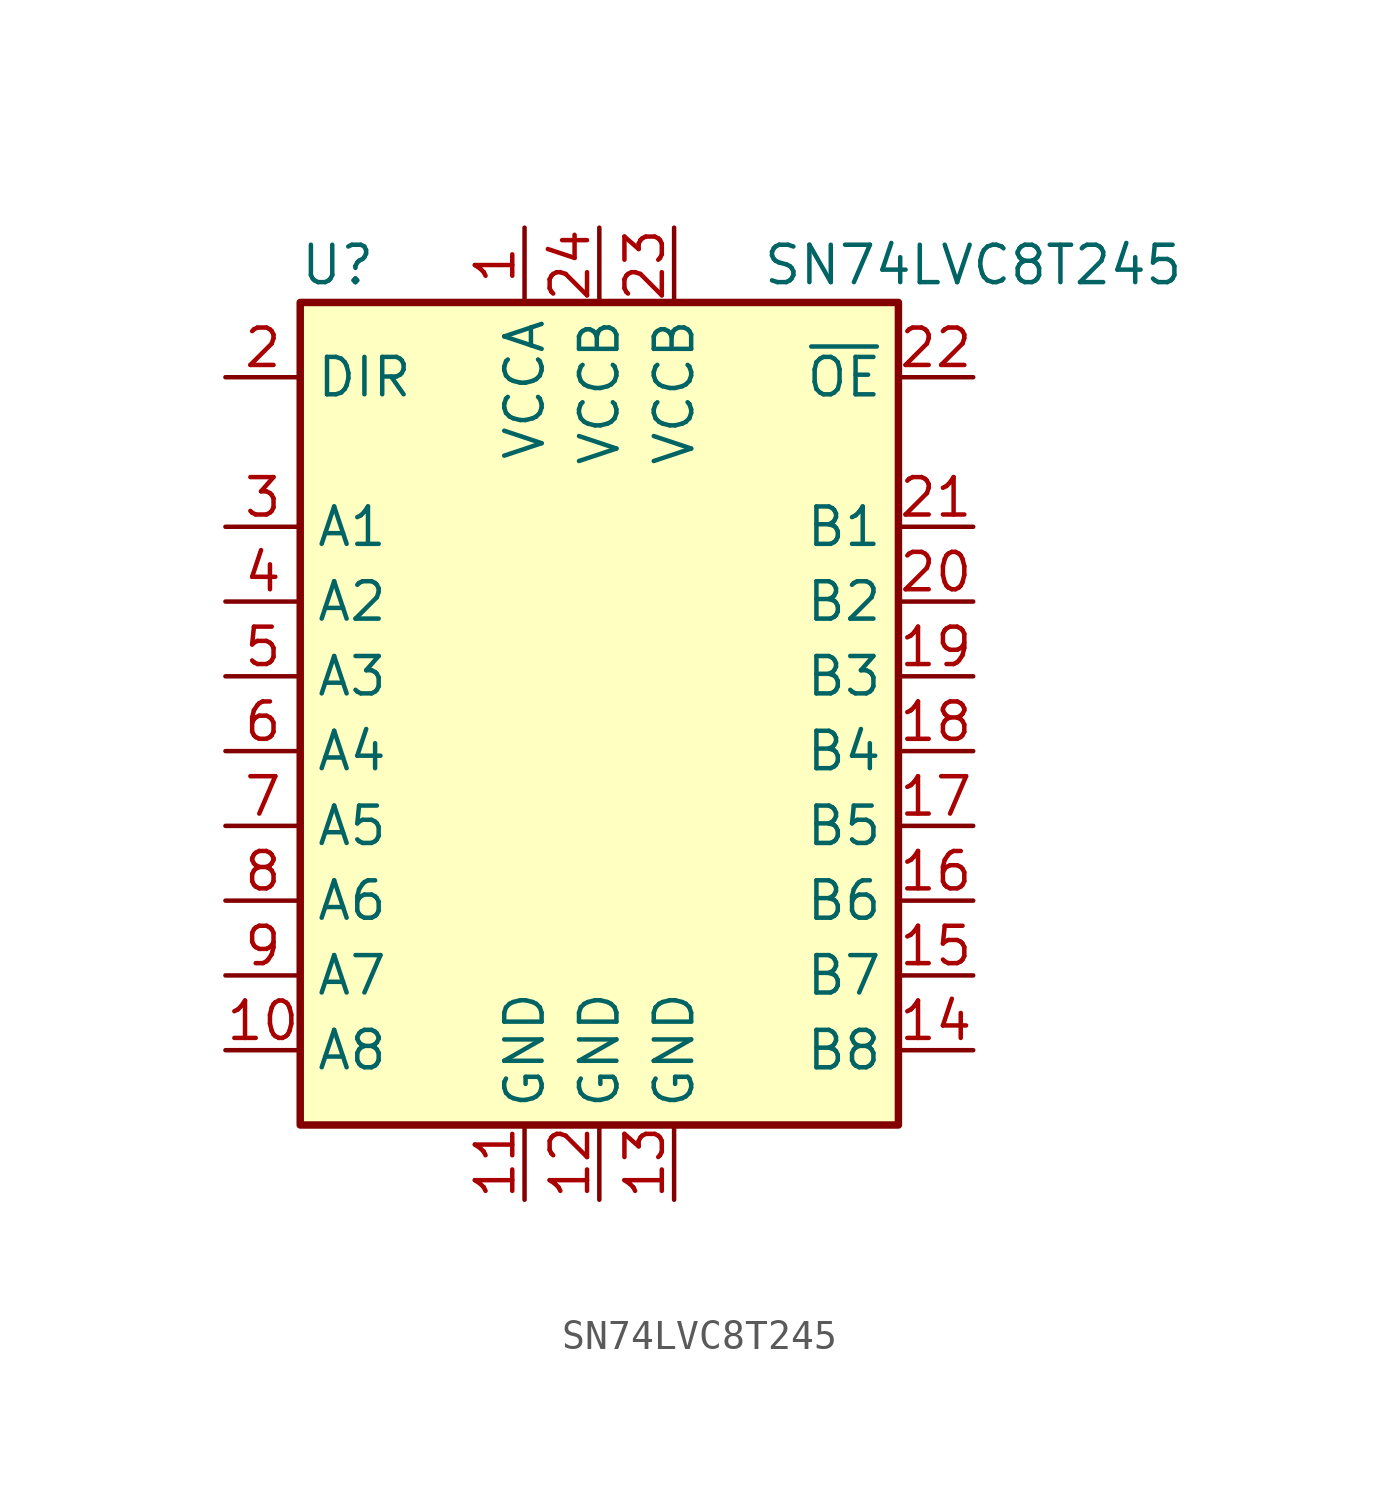
<source format=kicad_sym>
(kicad_symbol_lib
  (version 20211014)
  (generator kicad_symbol_editor)
  (symbol "SN74LVC8T245"
    (property "Reference" "U"
      (at -8.89 13.97 0)
      (effects (font (size 1.27 1.27))))
    (property "Value" "SN74LVC8T245"
      (at 12.7 13.97 0)
      (effects (font (size 1.27 1.27))))
    (symbol "SN74LVC8T245_0_1"
      (rectangle (start -10.16 12.7) (end 10.16 -15.24) (stroke (width 0.254) (type default) (color 0 0 0 0)) (fill (type background))))
    (symbol "SN74LVC8T245_1_1"
      (pin power_in line (at -2.54 15.24 270) (length 2.54) (name "VCCA" (effects (font (size 1.27 1.27)))) (number "1" (effects (font (size 1.27 1.27)))))
      (pin bidirectional line (at -12.7 -12.7 0) (length 2.54) (name "A8" (effects (font (size 1.27 1.27)))) (number "10" (effects (font (size 1.27 1.27)))))
      (pin power_in line (at -2.54 -17.78 90) (length 2.54) (name "GND" (effects (font (size 1.27 1.27)))) (number "11" (effects (font (size 1.27 1.27)))))
      (pin passive line (at 0 -17.78 90) (length 2.54) hide (name "GND" (effects (font (size 1.27 1.27)))) (number "12" (effects (font (size 1.27 1.27)))))
      (pin power_in line (at 0 -17.78 90) (length 2.54) (name "GND" (effects (font (size 1.27 1.27)))) (number "12" (effects (font (size 1.27 1.27)))))
      (pin passive line (at 0 -17.78 90) (length 2.54) hide (name "GND" (effects (font (size 1.27 1.27)))) (number "13" (effects (font (size 1.27 1.27)))))
      (pin power_in line (at 2.54 -17.78 90) (length 2.54) (name "GND" (effects (font (size 1.27 1.27)))) (number "13" (effects (font (size 1.27 1.27)))))
      (pin bidirectional line (at 12.7 -12.7 180) (length 2.54) (name "B8" (effects (font (size 1.27 1.27)))) (number "14" (effects (font (size 1.27 1.27)))))
      (pin bidirectional line (at 12.7 -10.16 180) (length 2.54) (name "B7" (effects (font (size 1.27 1.27)))) (number "15" (effects (font (size 1.27 1.27)))))
      (pin bidirectional line (at 12.7 -7.62 180) (length 2.54) (name "B6" (effects (font (size 1.27 1.27)))) (number "16" (effects (font (size 1.27 1.27)))))
      (pin bidirectional line (at 12.7 -5.08 180) (length 2.54) (name "B5" (effects (font (size 1.27 1.27)))) (number "17" (effects (font (size 1.27 1.27)))))
      (pin bidirectional line (at 12.7 -2.54 180) (length 2.54) (name "B4" (effects (font (size 1.27 1.27)))) (number "18" (effects (font (size 1.27 1.27)))))
      (pin bidirectional line (at 12.7 0 180) (length 2.54) (name "B3" (effects (font (size 1.27 1.27)))) (number "19" (effects (font (size 1.27 1.27)))))
      (pin input line (at -12.7 10.16 0) (length 2.54) (name "DIR" (effects (font (size 1.27 1.27)))) (number "2" (effects (font (size 1.27 1.27)))))
      (pin bidirectional line (at 12.7 2.54 180) (length 2.54) (name "B2" (effects (font (size 1.27 1.27)))) (number "20" (effects (font (size 1.27 1.27)))))
      (pin bidirectional line (at 12.7 5.08 180) (length 2.54) (name "B1" (effects (font (size 1.27 1.27)))) (number "21" (effects (font (size 1.27 1.27)))))
      (pin input line (at 12.7 10.16 180) (length 2.54) (name "~{OE}" (effects (font (size 1.27 1.27)))) (number "22" (effects (font (size 1.27 1.27)))))
      (pin power_in line (at 2.54 15.24 270) (length 2.54) (name "VCCB" (effects (font (size 1.27 1.27)))) (number "23" (effects (font (size 1.27 1.27)))))
      (pin power_in line (at 0 15.24 270) (length 2.54) (name "VCCB" (effects (font (size 1.27 1.27)))) (number "24" (effects (font (size 1.27 1.27)))))
      (pin bidirectional line (at -12.7 5.08 0) (length 2.54) (name "A1" (effects (font (size 1.27 1.27)))) (number "3" (effects (font (size 1.27 1.27)))))
      (pin bidirectional line (at -12.7 2.54 0) (length 2.54) (name "A2" (effects (font (size 1.27 1.27)))) (number "4" (effects (font (size 1.27 1.27)))))
      (pin bidirectional line (at -12.7 0 0) (length 2.54) (name "A3" (effects (font (size 1.27 1.27)))) (number "5" (effects (font (size 1.27 1.27)))))
      (pin bidirectional line (at -12.7 -2.54 0) (length 2.54) (name "A4" (effects (font (size 1.27 1.27)))) (number "6" (effects (font (size 1.27 1.27)))))
      (pin bidirectional line (at -12.7 -5.08 0) (length 2.54) (name "A5" (effects (font (size 1.27 1.27)))) (number "7" (effects (font (size 1.27 1.27)))))
      (pin bidirectional line (at -12.7 -7.62 0) (length 2.54) (name "A6" (effects (font (size 1.27 1.27)))) (number "8" (effects (font (size 1.27 1.27)))))
      (pin bidirectional line (at -12.7 -10.16 0) (length 2.54) (name "A7" (effects (font (size 1.27 1.27)))) (number "9" (effects (font (size 1.27 1.27))))))))
</source>
